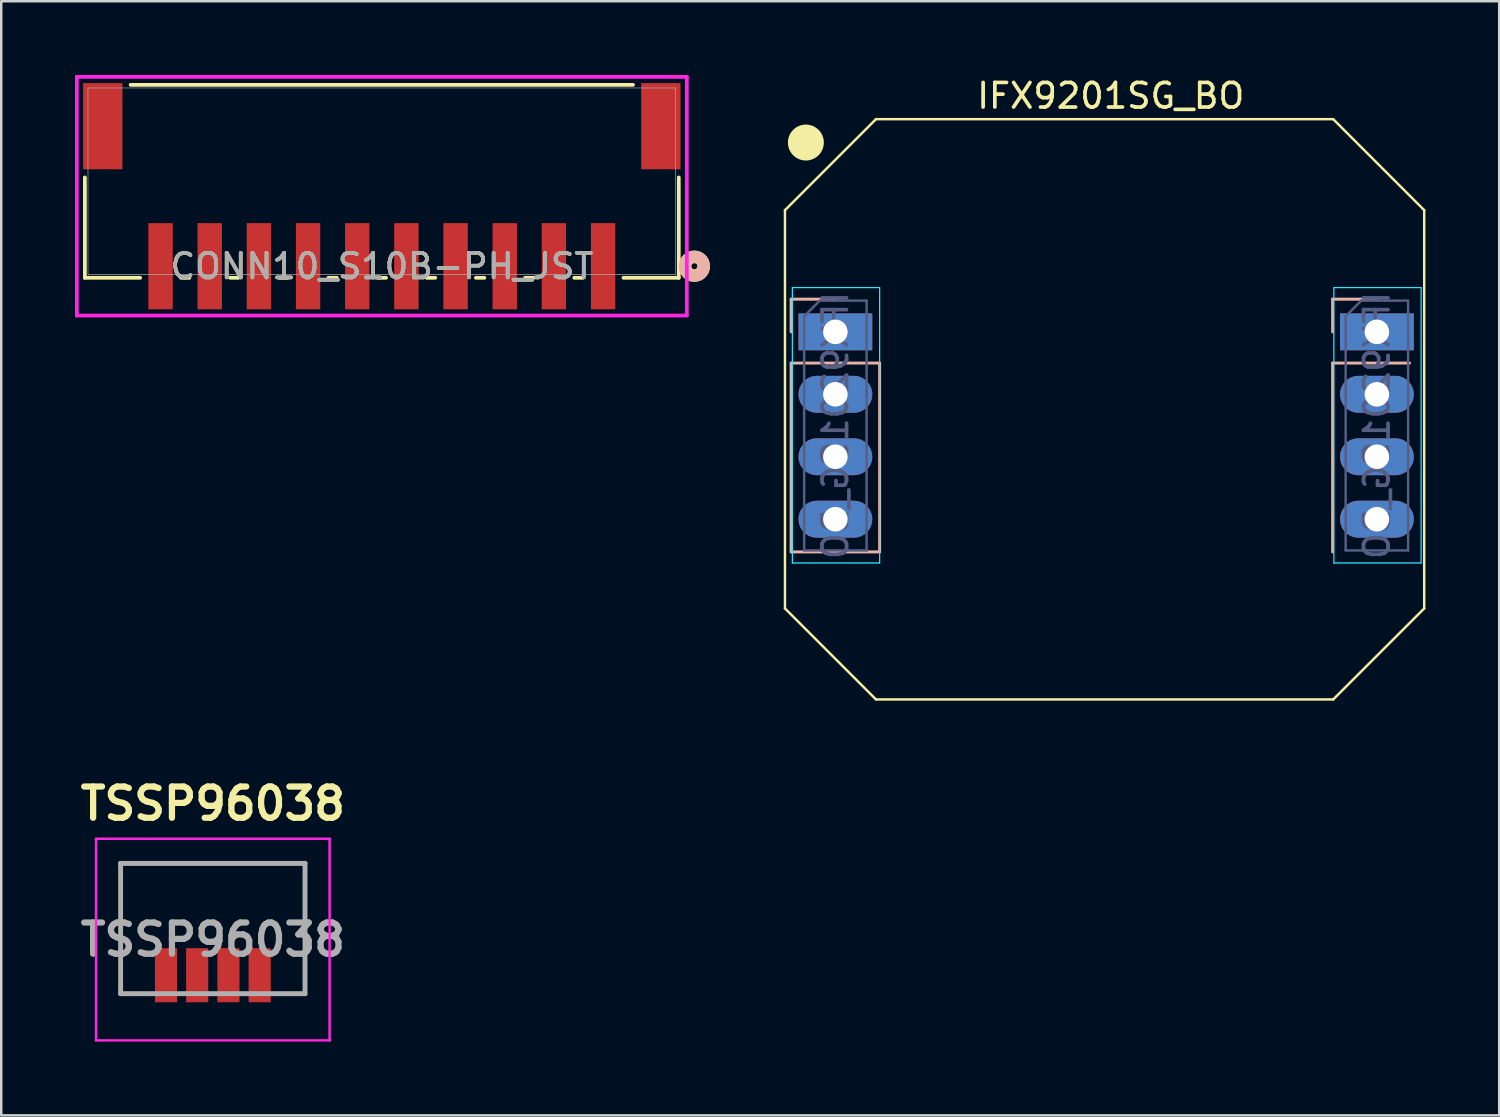
<source format=kicad_pcb>
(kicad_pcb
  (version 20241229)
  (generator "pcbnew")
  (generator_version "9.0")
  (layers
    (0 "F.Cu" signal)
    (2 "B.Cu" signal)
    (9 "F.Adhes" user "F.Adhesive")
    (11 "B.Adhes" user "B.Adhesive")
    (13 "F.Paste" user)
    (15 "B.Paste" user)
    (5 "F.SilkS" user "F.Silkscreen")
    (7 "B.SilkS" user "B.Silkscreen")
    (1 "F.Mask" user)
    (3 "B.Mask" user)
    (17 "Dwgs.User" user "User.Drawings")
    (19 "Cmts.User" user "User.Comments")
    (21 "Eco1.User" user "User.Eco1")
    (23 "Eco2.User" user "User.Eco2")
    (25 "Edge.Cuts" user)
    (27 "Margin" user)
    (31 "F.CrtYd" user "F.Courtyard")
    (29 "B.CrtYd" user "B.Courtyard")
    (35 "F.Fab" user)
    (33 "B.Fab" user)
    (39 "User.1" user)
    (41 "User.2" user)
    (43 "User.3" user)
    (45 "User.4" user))
  (footprint "TSSP96038"
    (layer "F.Cu")
    (at 5.606 34.717)
    (property "Reference" "TSSP96038" (at 0 -5.08 0) (layer "F.SilkS") (effects (font (size 1.27 1.27) (thickness 0.254))))
    (attr smd)
    (fp_line (start -3.75 -2.65) (end -3.75 -2.65) (stroke (width 0.1) (type solid)) (layer "F.SilkS"))
    (fp_line (start -3.75 -2.65) (end -3.75 -2.65) (stroke (width 0.1) (type solid)) (layer "F.SilkS"))
    (fp_line (start -3.75 -2.65) (end -3.75 2.65) (stroke (width 0.1) (type solid)) (layer "F.SilkS"))
    (fp_line (start -3.75 -2.65) (end 3.75 -2.65) (stroke (width 0.1) (type solid)) (layer "F.SilkS"))
    (fp_line (start -3.75 2.65) (end -3.75 -2.65) (stroke (width 0.1) (type solid)) (layer "F.SilkS"))
    (fp_line (start -3.75 2.65) (end -3.75 2.65) (stroke (width 0.1) (type solid)) (layer "F.SilkS"))
    (fp_line (start -3.75 2.65) (end -3.75 2.65) (stroke (width 0.1) (type solid)) (layer "F.SilkS"))
    (fp_line (start -3.75 2.65) (end -3 2.65) (stroke (width 0.1) (type solid)) (layer "F.SilkS"))
    (fp_line (start -3 2.65) (end -3.75 2.65) (stroke (width 0.1) (type solid)) (layer "F.SilkS"))
    (fp_line (start -3 2.65) (end -3 2.65) (stroke (width 0.1) (type solid)) (layer "F.SilkS"))
    (fp_line (start 3 2.65) (end 3 2.65) (stroke (width 0.1) (type solid)) (layer "F.SilkS"))
    (fp_line (start 3 2.65) (end 3.75 2.65) (stroke (width 0.1) (type solid)) (layer "F.SilkS"))
    (fp_line (start 3.75 -2.65) (end -3.75 -2.65) (stroke (width 0.1) (type solid)) (layer "F.SilkS"))
    (fp_line (start 3.75 -2.65) (end 3.75 -2.65) (stroke (width 0.1) (type solid)) (layer "F.SilkS"))
    (fp_line (start 3.75 -2.65) (end 3.75 -2.65) (stroke (width 0.1) (type solid)) (layer "F.SilkS"))
    (fp_line (start 3.75 -2.65) (end 3.75 2.65) (stroke (width 0.1) (type solid)) (layer "F.SilkS"))
    (fp_line (start 3.75 2.65) (end 3 2.65) (stroke (width 0.1) (type solid)) (layer "F.SilkS"))
    (fp_line (start 3.75 2.65) (end 3.75 -2.65) (stroke (width 0.1) (type solid)) (layer "F.SilkS"))
    (fp_line (start 3.75 2.65) (end 3.75 2.65) (stroke (width 0.1) (type solid)) (layer "F.SilkS"))
    (fp_line (start 3.75 2.65) (end 3.75 2.65) (stroke (width 0.1) (type solid)) (layer "F.SilkS"))
    (fp_line (start -4.75 -3.65) (end 4.75 -3.65) (stroke (width 0.1) (type solid)) (layer "F.CrtYd"))
    (fp_line (start -4.75 4.55) (end -4.75 -3.65) (stroke (width 0.1) (type solid)) (layer "F.CrtYd"))
    (fp_line (start 4.75 -3.65) (end 4.75 4.55) (stroke (width 0.1) (type solid)) (layer "F.CrtYd"))
    (fp_line (start 4.75 4.55) (end -4.75 4.55) (stroke (width 0.1) (type solid)) (layer "F.CrtYd"))
    (fp_line (start -3.75 -2.65) (end -3.75 2.65) (stroke (width 0.2) (type solid)) (layer "F.Fab"))
    (fp_line (start -3.75 2.65) (end 3.75 2.65) (stroke (width 0.2) (type solid)) (layer "F.Fab"))
    (fp_line (start 3.75 -2.65) (end -3.75 -2.65) (stroke (width 0.2) (type solid)) (layer "F.Fab"))
    (fp_line (start 3.75 2.65) (end 3.75 -2.65) (stroke (width 0.2) (type solid)) (layer "F.Fab"))
    (fp_text user "${REFERENCE}" (at 0 0.45 0) (layer "F.Fab") (effects (font (size 1.27 1.27) (thickness 0.254))))
    (pad "1" smd rect (at -1.905 1.9) (size 0.9 2.2) (layers "F.Cu" "F.Mask" "F.Paste"))
    (pad "2" smd rect (at -0.635 1.9) (size 0.9 2.2) (layers "F.Cu" "F.Mask" "F.Paste"))
    (pad "3" smd rect (at 0.635 1.9) (size 0.9 2.2) (layers "F.Cu" "F.Mask" "F.Paste"))
    (pad "4" smd rect (at 1.905 1.9) (size 0.9 2.2) (layers "F.Cu" "F.Mask" "F.Paste")))
  (footprint "CONN10_S10B-PH_JST"
    (layer "F.Cu")
    (at 12.48 4.325)
    (property "Reference" "CONN10_S10B-PH_JST" (at 0 3.453 0) (unlocked yes) (layer "F.SilkS") (effects (font (size 1 1) (thickness 0.15))))
    (attr smd)
    (fp_line (start -12.078 -0.157) (end -12.078 3.924) (stroke (width 0.152) (type solid)) (layer "F.SilkS"))
    (fp_line (start -12.078 3.924) (end -9.828 3.924) (stroke (width 0.152) (type solid)) (layer "F.SilkS"))
    (fp_line (start -8.172 3.924) (end -7.828 3.924) (stroke (width 0.152) (type solid)) (layer "F.SilkS"))
    (fp_line (start -6.172 3.924) (end -5.828 3.924) (stroke (width 0.152) (type solid)) (layer "F.SilkS"))
    (fp_line (start -4.172 3.924) (end -3.828 3.924) (stroke (width 0.152) (type solid)) (layer "F.SilkS"))
    (fp_line (start -2.172 3.924) (end -1.828 3.924) (stroke (width 0.152) (type solid)) (layer "F.SilkS"))
    (fp_line (start -0.172 3.924) (end 0.172 3.924) (stroke (width 0.152) (type solid)) (layer "F.SilkS"))
    (fp_line (start 1.828 3.924) (end 2.172 3.924) (stroke (width 0.152) (type solid)) (layer "F.SilkS"))
    (fp_line (start 3.828 3.924) (end 4.172 3.924) (stroke (width 0.152) (type solid)) (layer "F.SilkS"))
    (fp_line (start 5.828 3.924) (end 6.172 3.924) (stroke (width 0.152) (type solid)) (layer "F.SilkS"))
    (fp_line (start 7.828 3.924) (end 8.172 3.924) (stroke (width 0.152) (type solid)) (layer "F.SilkS"))
    (fp_line (start 9.828 3.924) (end 12.078 3.924) (stroke (width 0.152) (type solid)) (layer "F.SilkS"))
    (fp_line (start 10.217 -3.924) (end -10.217 -3.924) (stroke (width 0.152) (type solid)) (layer "F.SilkS"))
    (fp_line (start 12.078 3.924) (end 12.078 -0.157) (stroke (width 0.152) (type solid)) (layer "F.SilkS"))
    (fp_circle (center 12.713 3.453) (end 13.094 3.453) (stroke (width 0.508) (type solid)) (fill no) (layer "F.SilkS"))
    (fp_circle (center 12.713 3.453) (end 13.094 3.453) (stroke (width 0.508) (type solid)) (fill no) (layer "B.SilkS"))
    (fp_line (start -12.404 -4.249) (end -12.404 5.459) (stroke (width 0.152) (type solid)) (layer "F.CrtYd"))
    (fp_line (start -12.404 5.459) (end 12.404 5.459) (stroke (width 0.152) (type solid)) (layer "F.CrtYd"))
    (fp_line (start 12.404 -4.249) (end -12.404 -4.249) (stroke (width 0.152) (type solid)) (layer "F.CrtYd"))
    (fp_line (start 12.404 5.459) (end 12.404 -4.249) (stroke (width 0.152) (type solid)) (layer "F.CrtYd"))
    (fp_line (start -11.951 -3.797) (end -11.951 3.797) (stroke (width 0.025) (type solid)) (layer "F.Fab"))
    (fp_line (start -11.951 3.797) (end 11.951 3.797) (stroke (width 0.025) (type solid)) (layer "F.Fab"))
    (fp_line (start 11.951 -3.797) (end -11.951 -3.797) (stroke (width 0.025) (type solid)) (layer "F.Fab"))
    (fp_line (start 11.951 3.797) (end 11.951 -3.797) (stroke (width 0.025) (type solid)) (layer "F.Fab"))
    (fp_text user "${REFERENCE}" (at 0 3.453 0) (unlocked yes) (layer "F.Fab") (effects (font (size 1 1) (thickness 0.15))))
    (pad "1" smd rect (at 9 3.453) (size 0.991 3.505) (layers "F.Cu" "F.Mask" "F.Paste"))
    (pad "2" smd rect (at 7 3.453) (size 0.991 3.505) (layers "F.Cu" "F.Mask" "F.Paste"))
    (pad "3" smd rect (at 5 3.453) (size 0.991 3.505) (layers "F.Cu" "F.Mask" "F.Paste"))
    (pad "4" smd rect (at 3 3.453) (size 0.991 3.505) (layers "F.Cu" "F.Mask" "F.Paste"))
    (pad "5" smd rect (at 1 3.453) (size 0.991 3.505) (layers "F.Cu" "F.Mask" "F.Paste"))
    (pad "6" smd rect (at -1 3.453) (size 0.991 3.505) (layers "F.Cu" "F.Mask" "F.Paste"))
    (pad "7" smd rect (at -3 3.453) (size 0.991 3.505) (layers "F.Cu" "F.Mask" "F.Paste"))
    (pad "8" smd rect (at -5 3.453) (size 0.991 3.505) (layers "F.Cu" "F.Mask" "F.Paste"))
    (pad "9" smd rect (at -7 3.453) (size 0.991 3.505) (layers "F.Cu" "F.Mask" "F.Paste"))
    (pad "10" smd rect (at -9 3.453) (size 0.991 3.505) (layers "F.Cu" "F.Mask" "F.Paste"))
    (pad "11" smd rect (at -11.35 -2.242) (size 1.6 3.505) (layers "F.Cu" "F.Mask" "F.Paste"))
    (pad "12" smd rect (at 11.35 -2.242) (size 1.6 3.505) (layers "F.Cu" "F.Mask" "F.Paste")))
  (footprint "IFX9201SG_BO"
    (layer "F.Cu")
    (at 42.128 14.348)
    (property "Reference" "IFX9201SG_BO" (at 0 -13.5 0) (unlocked yes) (layer "F.SilkS") (effects (font (size 1 1) (thickness 0.15))))
    (attr smd)
    (fp_line (start -13.25 -8.85) (end -13.25 7.35) (stroke (width 0.1) (type solid)) (layer "F.SilkS"))
    (fp_line (start -13.25 -8.85) (end -9.55 -12.55) (stroke (width 0.1) (type solid)) (layer "F.SilkS"))
    (fp_line (start -13.25 7.35) (end -9.55 11.05) (stroke (width 0.1) (type solid)) (layer "F.SilkS"))
    (fp_line (start 9.05 -12.55) (end -9.55 -12.55) (stroke (width 0.1) (type solid)) (layer "F.SilkS"))
    (fp_line (start 9.05 11.05) (end -9.55 11.05) (stroke (width 0.1) (type solid)) (layer "F.SilkS"))
    (fp_line (start 9.05 11.05) (end 12.75 7.35) (stroke (width 0.1) (type solid)) (layer "F.SilkS"))
    (fp_line (start 12.75 -8.85) (end 9.05 -12.55) (stroke (width 0.1) (type solid)) (layer "F.SilkS"))
    (fp_line (start 12.75 -8.85) (end 12.75 7.35) (stroke (width 0.1) (type solid)) (layer "F.SilkS"))
    (fp_circle (center -12.4 -11.6) (end -11.729 -11.6) (stroke (width 0.12) (type solid)) (fill yes) (layer "F.SilkS"))
    (fp_line (start -13 -5.23) (end -13 -3.9) (stroke (width 0.12) (type solid)) (layer "B.SilkS"))
    (fp_line (start -13 -2.63) (end -13 5.05) (stroke (width 0.12) (type solid)) (layer "B.SilkS"))
    (fp_line (start -11.2 -5.23) (end -13 -5.23) (stroke (width 0.12) (type solid)) (layer "B.SilkS"))
    (fp_line (start -9.4 -2.63) (end -13 -2.63) (stroke (width 0.12) (type solid)) (layer "B.SilkS"))
    (fp_line (start -9.4 -2.63) (end -9.4 5.05) (stroke (width 0.12) (type solid)) (layer "B.SilkS"))
    (fp_line (start -9.4 5.05) (end -13 5.05) (stroke (width 0.12) (type solid)) (layer "B.SilkS"))
    (fp_line (start 9.025 -5.23) (end 9.025 -3.9) (stroke (width 0.12) (type solid)) (layer "B.SilkS"))
    (fp_line (start 9.025 -2.63) (end 9.025 5.05) (stroke (width 0.12) (type solid)) (layer "B.SilkS"))
    (fp_line (start 10.825 -5.23) (end 9.025 -5.23) (stroke (width 0.12) (type solid)) (layer "B.SilkS"))
    (fp_line (start 12.155 -2.63) (end 9.025 -2.63) (stroke (width 0.12) (type solid)) (layer "B.SilkS"))
    (fp_line (start -12.95 -5.7) (end -12.95 5.5) (stroke (width 0.05) (type solid)) (layer "B.CrtYd"))
    (fp_line (start -12.95 5.5) (end -9.4 5.5) (stroke (width 0.05) (type solid)) (layer "B.CrtYd"))
    (fp_line (start -9.4 -5.7) (end -12.95 -5.7) (stroke (width 0.05) (type solid)) (layer "B.CrtYd"))
    (fp_line (start -9.4 5.5) (end -9.4 -5.7) (stroke (width 0.05) (type solid)) (layer "B.CrtYd"))
    (fp_line (start 9.075 -5.7) (end 9.075 5.5) (stroke (width 0.05) (type solid)) (layer "B.CrtYd"))
    (fp_line (start 9.075 5.5) (end 12.625 5.5) (stroke (width 0.05) (type solid)) (layer "B.CrtYd"))
    (fp_line (start 12.625 -5.7) (end 9.075 -5.7) (stroke (width 0.05) (type solid)) (layer "B.CrtYd"))
    (fp_line (start 12.625 5.5) (end 12.625 -5.7) (stroke (width 0.05) (type solid)) (layer "B.CrtYd"))
    (fp_line (start -12.47 -4.535) (end -12.47 4.99) (stroke (width 0.1) (type solid)) (layer "B.Fab"))
    (fp_line (start -12.47 4.99) (end -9.93 4.99) (stroke (width 0.1) (type solid)) (layer "B.Fab"))
    (fp_line (start -11.835 -5.17) (end -12.47 -4.535) (stroke (width 0.1) (type solid)) (layer "B.Fab"))
    (fp_line (start -9.93 -5.17) (end -11.835 -5.17) (stroke (width 0.1) (type solid)) (layer "B.Fab"))
    (fp_line (start -9.93 4.99) (end -9.93 -5.17) (stroke (width 0.1) (type solid)) (layer "B.Fab"))
    (fp_line (start 9.555 -4.535) (end 9.555 4.99) (stroke (width 0.1) (type solid)) (layer "B.Fab"))
    (fp_line (start 9.555 4.99) (end 12.095 4.99) (stroke (width 0.1) (type solid)) (layer "B.Fab"))
    (fp_line (start 10.19 -5.17) (end 9.555 -4.535) (stroke (width 0.1) (type solid)) (layer "B.Fab"))
    (fp_line (start 12.095 -5.17) (end 10.19 -5.17) (stroke (width 0.1) (type solid)) (layer "B.Fab"))
    (fp_line (start 12.095 4.99) (end 12.095 -5.17) (stroke (width 0.1) (type solid)) (layer "B.Fab"))
    (fp_text user "${REFERENCE}" (at -11.2 -0.09 90) (layer "B.Fab") (effects (font (size 1 1) (thickness 0.15)) (justify mirror)))
    (fp_text user "${REFERENCE}" (at 10.825 -0.09 90) (layer "B.Fab") (effects (font (size 1 1) (thickness 0.15)) (justify mirror)))
    (pad "1" thru_hole rect (at -11.2 -3.9 180) (size 3 1.5) (drill 1) (layers "*.Cu" "*.Mask"))
    (pad "1" thru_hole rect (at 10.825 -3.9 180) (size 3 1.5) (drill 1) (layers "*.Cu" "*.Mask"))
    (pad "2" thru_hole oval (at -11.2 -1.36 180) (size 3 1.5) (drill 1) (layers "*.Cu" "*.Mask"))
    (pad "2" thru_hole oval (at 10.825 -1.36 180) (size 3 1.5) (drill 1) (layers "*.Cu" "*.Mask"))
    (pad "3" thru_hole oval (at -11.2 1.18 180) (size 3 1.5) (drill 1) (layers "*.Cu" "*.Mask"))
    (pad "3" thru_hole oval (at 10.825 1.18 180) (size 3 1.5) (drill 1) (layers "*.Cu" "*.Mask"))
    (pad "4" thru_hole oval (at -11.2 3.72 180) (size 3 1.5) (drill 1) (layers "*.Cu" "*.Mask"))
    (pad "4" thru_hole oval (at 10.825 3.72 180) (size 3 1.5) (drill 1) (layers "*.Cu" "*.Mask")))
  (gr_rect
    (start -3 -3)
    (end 57.928 42.317)
    (stroke (width 0.1) (type default))
    (fill no)
    (layer "Edge.Cuts")))
</source>
